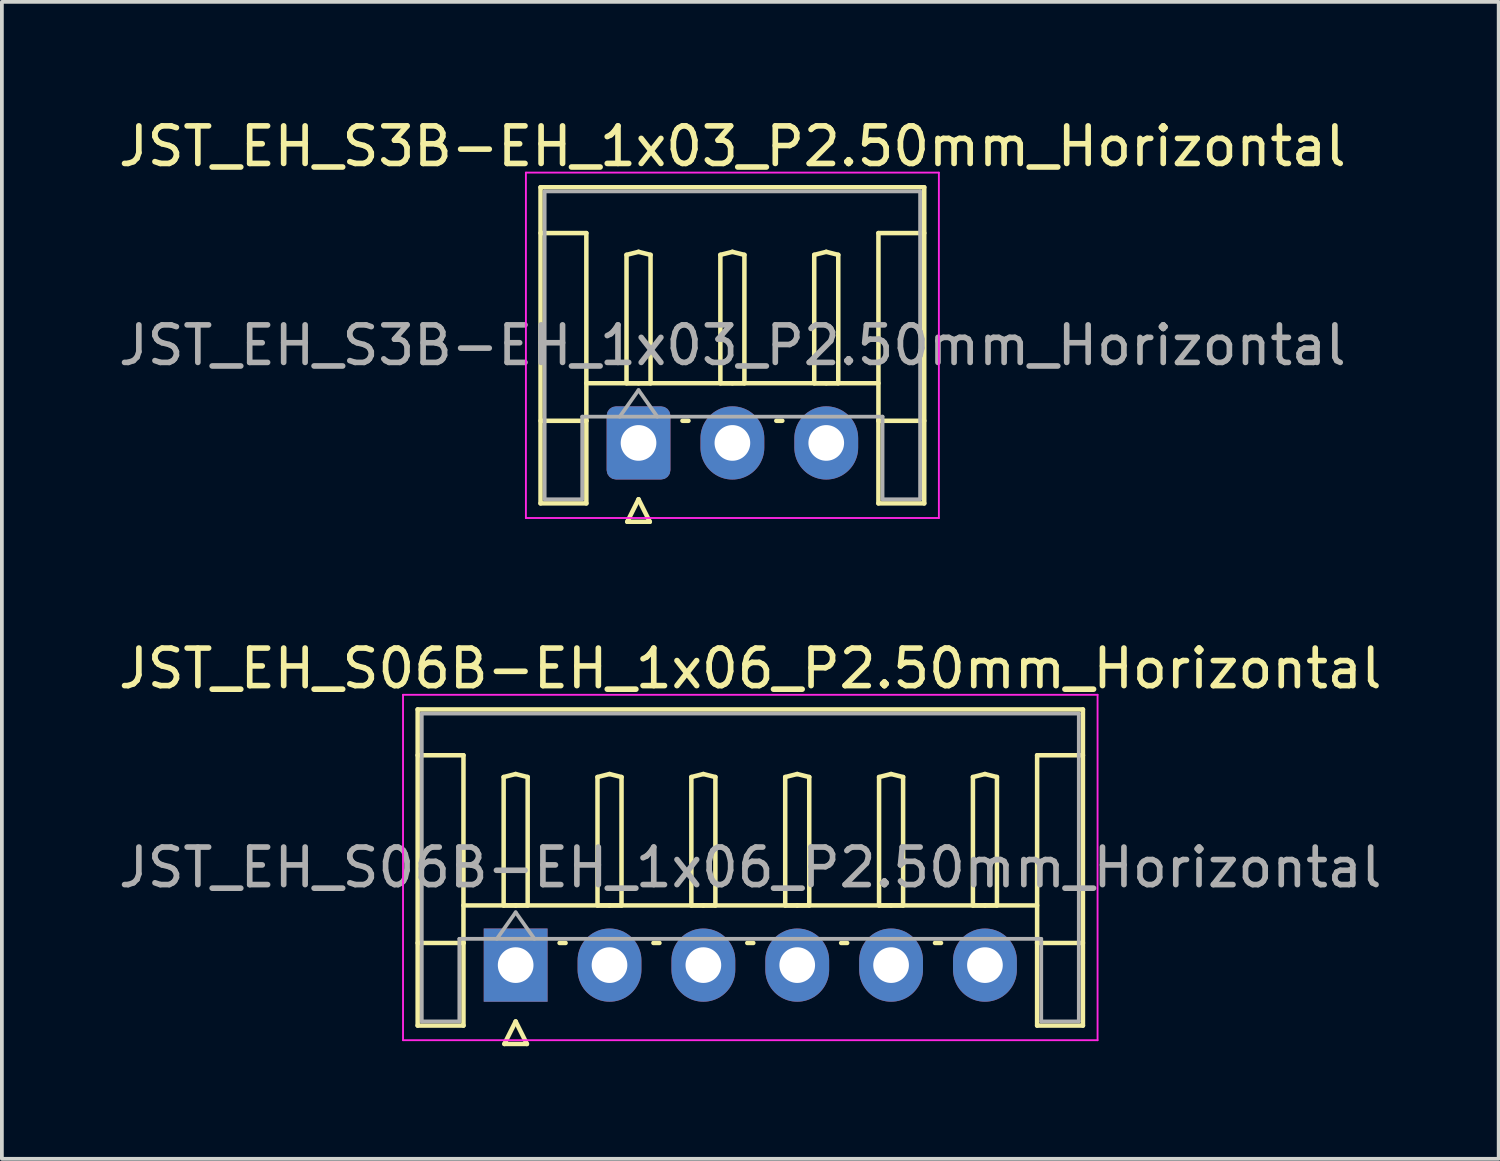
<source format=kicad_pcb>
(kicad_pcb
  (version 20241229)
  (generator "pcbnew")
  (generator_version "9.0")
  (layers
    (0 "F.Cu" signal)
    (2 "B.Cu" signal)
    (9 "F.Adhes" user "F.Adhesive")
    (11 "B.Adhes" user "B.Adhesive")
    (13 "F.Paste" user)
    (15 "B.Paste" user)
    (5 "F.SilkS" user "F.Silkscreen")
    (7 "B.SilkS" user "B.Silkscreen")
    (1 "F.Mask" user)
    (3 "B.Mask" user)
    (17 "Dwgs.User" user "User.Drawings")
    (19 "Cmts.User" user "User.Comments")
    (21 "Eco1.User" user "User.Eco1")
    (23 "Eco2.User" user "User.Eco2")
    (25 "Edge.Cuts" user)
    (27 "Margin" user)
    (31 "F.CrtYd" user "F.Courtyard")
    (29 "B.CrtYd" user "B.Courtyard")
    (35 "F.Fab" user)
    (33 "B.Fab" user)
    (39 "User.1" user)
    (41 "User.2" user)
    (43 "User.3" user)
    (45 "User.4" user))
  (footprint "JST_EH_S06B-EH_1x06_P2.50mm_Horizontal"
    (layer "F.Cu")
    (at 10.685 22.657)
    (property "Reference" "JST_EH_S06B-EH_1x06_P2.50mm_Horizontal" (at 6.25 -7.9 0) (layer "F.SilkS") (effects (font (size 1 1) (thickness 0.15))))
    (attr through_hole)
    (fp_line (start -2.61 -6.81) (end 15.11 -6.81) (stroke (width 0.12) (type solid)) (layer "F.SilkS"))
    (fp_line (start -2.61 -5.59) (end -1.39 -5.59) (stroke (width 0.12) (type solid)) (layer "F.SilkS"))
    (fp_line (start -2.61 1.61) (end -2.61 -6.81) (stroke (width 0.12) (type solid)) (layer "F.SilkS"))
    (fp_line (start -1.39 -5.59) (end -1.39 -0.59) (stroke (width 0.12) (type solid)) (layer "F.SilkS"))
    (fp_line (start -1.39 -1.59) (end 13.89 -1.59) (stroke (width 0.12) (type solid)) (layer "F.SilkS"))
    (fp_line (start -1.39 -0.59) (end -2.61 -0.59) (stroke (width 0.12) (type solid)) (layer "F.SilkS"))
    (fp_line (start -1.39 -0.59) (end -1.39 1.61) (stroke (width 0.12) (type solid)) (layer "F.SilkS"))
    (fp_line (start -1.39 1.61) (end -2.61 1.61) (stroke (width 0.12) (type solid)) (layer "F.SilkS"))
    (fp_line (start -0.32 -5.01) (end 0 -5.09) (stroke (width 0.12) (type solid)) (layer "F.SilkS"))
    (fp_line (start -0.32 -1.59) (end -0.32 -5.01) (stroke (width 0.12) (type solid)) (layer "F.SilkS"))
    (fp_line (start -0.3 2.1) (end 0.3 2.1) (stroke (width 0.12) (type solid)) (layer "F.SilkS"))
    (fp_line (start 0 -5.09) (end 0.32 -5.01) (stroke (width 0.12) (type solid)) (layer "F.SilkS"))
    (fp_line (start 0 -1.59) (end -0.32 -1.59) (stroke (width 0.12) (type solid)) (layer "F.SilkS"))
    (fp_line (start 0 1.5) (end -0.3 2.1) (stroke (width 0.12) (type solid)) (layer "F.SilkS"))
    (fp_line (start 0.3 2.1) (end 0 1.5) (stroke (width 0.12) (type solid)) (layer "F.SilkS"))
    (fp_line (start 0.32 -5.01) (end 0.32 -1.59) (stroke (width 0.12) (type solid)) (layer "F.SilkS"))
    (fp_line (start 0.32 -1.59) (end 0 -1.59) (stroke (width 0.12) (type solid)) (layer "F.SilkS"))
    (fp_line (start 1.17 -0.59) (end 1.33 -0.59) (stroke (width 0.12) (type solid)) (layer "F.SilkS"))
    (fp_line (start 2.18 -5.01) (end 2.5 -5.09) (stroke (width 0.12) (type solid)) (layer "F.SilkS"))
    (fp_line (start 2.18 -1.59) (end 2.18 -5.01) (stroke (width 0.12) (type solid)) (layer "F.SilkS"))
    (fp_line (start 2.5 -5.09) (end 2.82 -5.01) (stroke (width 0.12) (type solid)) (layer "F.SilkS"))
    (fp_line (start 2.5 -1.59) (end 2.18 -1.59) (stroke (width 0.12) (type solid)) (layer "F.SilkS"))
    (fp_line (start 2.82 -5.01) (end 2.82 -1.59) (stroke (width 0.12) (type solid)) (layer "F.SilkS"))
    (fp_line (start 2.82 -1.59) (end 2.5 -1.59) (stroke (width 0.12) (type solid)) (layer "F.SilkS"))
    (fp_line (start 3.67 -0.59) (end 3.83 -0.59) (stroke (width 0.12) (type solid)) (layer "F.SilkS"))
    (fp_line (start 4.68 -5.01) (end 5 -5.09) (stroke (width 0.12) (type solid)) (layer "F.SilkS"))
    (fp_line (start 4.68 -1.59) (end 4.68 -5.01) (stroke (width 0.12) (type solid)) (layer "F.SilkS"))
    (fp_line (start 5 -5.09) (end 5.32 -5.01) (stroke (width 0.12) (type solid)) (layer "F.SilkS"))
    (fp_line (start 5 -1.59) (end 4.68 -1.59) (stroke (width 0.12) (type solid)) (layer "F.SilkS"))
    (fp_line (start 5.32 -5.01) (end 5.32 -1.59) (stroke (width 0.12) (type solid)) (layer "F.SilkS"))
    (fp_line (start 5.32 -1.59) (end 5 -1.59) (stroke (width 0.12) (type solid)) (layer "F.SilkS"))
    (fp_line (start 6.17 -0.59) (end 6.33 -0.59) (stroke (width 0.12) (type solid)) (layer "F.SilkS"))
    (fp_line (start 7.18 -5.01) (end 7.5 -5.09) (stroke (width 0.12) (type solid)) (layer "F.SilkS"))
    (fp_line (start 7.18 -1.59) (end 7.18 -5.01) (stroke (width 0.12) (type solid)) (layer "F.SilkS"))
    (fp_line (start 7.5 -5.09) (end 7.82 -5.01) (stroke (width 0.12) (type solid)) (layer "F.SilkS"))
    (fp_line (start 7.5 -1.59) (end 7.18 -1.59) (stroke (width 0.12) (type solid)) (layer "F.SilkS"))
    (fp_line (start 7.82 -5.01) (end 7.82 -1.59) (stroke (width 0.12) (type solid)) (layer "F.SilkS"))
    (fp_line (start 7.82 -1.59) (end 7.5 -1.59) (stroke (width 0.12) (type solid)) (layer "F.SilkS"))
    (fp_line (start 8.67 -0.59) (end 8.83 -0.59) (stroke (width 0.12) (type solid)) (layer "F.SilkS"))
    (fp_line (start 9.68 -5.01) (end 10 -5.09) (stroke (width 0.12) (type solid)) (layer "F.SilkS"))
    (fp_line (start 9.68 -1.59) (end 9.68 -5.01) (stroke (width 0.12) (type solid)) (layer "F.SilkS"))
    (fp_line (start 10 -5.09) (end 10.32 -5.01) (stroke (width 0.12) (type solid)) (layer "F.SilkS"))
    (fp_line (start 10 -1.59) (end 9.68 -1.59) (stroke (width 0.12) (type solid)) (layer "F.SilkS"))
    (fp_line (start 10.32 -5.01) (end 10.32 -1.59) (stroke (width 0.12) (type solid)) (layer "F.SilkS"))
    (fp_line (start 10.32 -1.59) (end 10 -1.59) (stroke (width 0.12) (type solid)) (layer "F.SilkS"))
    (fp_line (start 11.17 -0.59) (end 11.33 -0.59) (stroke (width 0.12) (type solid)) (layer "F.SilkS"))
    (fp_line (start 12.18 -5.01) (end 12.5 -5.09) (stroke (width 0.12) (type solid)) (layer "F.SilkS"))
    (fp_line (start 12.18 -1.59) (end 12.18 -5.01) (stroke (width 0.12) (type solid)) (layer "F.SilkS"))
    (fp_line (start 12.5 -5.09) (end 12.82 -5.01) (stroke (width 0.12) (type solid)) (layer "F.SilkS"))
    (fp_line (start 12.5 -1.59) (end 12.18 -1.59) (stroke (width 0.12) (type solid)) (layer "F.SilkS"))
    (fp_line (start 12.82 -5.01) (end 12.82 -1.59) (stroke (width 0.12) (type solid)) (layer "F.SilkS"))
    (fp_line (start 12.82 -1.59) (end 12.5 -1.59) (stroke (width 0.12) (type solid)) (layer "F.SilkS"))
    (fp_line (start 13.89 -5.59) (end 13.89 -0.59) (stroke (width 0.12) (type solid)) (layer "F.SilkS"))
    (fp_line (start 13.89 -0.59) (end 15.11 -0.59) (stroke (width 0.12) (type solid)) (layer "F.SilkS"))
    (fp_line (start 13.89 1.61) (end 13.89 -0.59) (stroke (width 0.12) (type solid)) (layer "F.SilkS"))
    (fp_line (start 15.11 -6.81) (end 15.11 1.61) (stroke (width 0.12) (type solid)) (layer "F.SilkS"))
    (fp_line (start 15.11 -5.59) (end 13.89 -5.59) (stroke (width 0.12) (type solid)) (layer "F.SilkS"))
    (fp_line (start 15.11 1.61) (end 13.89 1.61) (stroke (width 0.12) (type solid)) (layer "F.SilkS"))
    (fp_line (start -3 -7.2) (end -3 2) (stroke (width 0.05) (type solid)) (layer "F.CrtYd"))
    (fp_line (start -3 2) (end 15.5 2) (stroke (width 0.05) (type solid)) (layer "F.CrtYd"))
    (fp_line (start 15.5 -7.2) (end -3 -7.2) (stroke (width 0.05) (type solid)) (layer "F.CrtYd"))
    (fp_line (start 15.5 2) (end 15.5 -7.2) (stroke (width 0.05) (type solid)) (layer "F.CrtYd"))
    (fp_line (start -2.5 -6.7) (end 15 -6.7) (stroke (width 0.1) (type solid)) (layer "F.Fab"))
    (fp_line (start -2.5 1.5) (end -2.5 -6.7) (stroke (width 0.1) (type solid)) (layer "F.Fab"))
    (fp_line (start -1.5 -0.7) (end -1.5 1.5) (stroke (width 0.1) (type solid)) (layer "F.Fab"))
    (fp_line (start -1.5 1.5) (end -2.5 1.5) (stroke (width 0.1) (type solid)) (layer "F.Fab"))
    (fp_line (start -0.5 -0.7) (end 0 -1.407) (stroke (width 0.1) (type solid)) (layer "F.Fab"))
    (fp_line (start 0 -1.407) (end 0.5 -0.7) (stroke (width 0.1) (type solid)) (layer "F.Fab"))
    (fp_line (start 14 -0.7) (end -1.5 -0.7) (stroke (width 0.1) (type solid)) (layer "F.Fab"))
    (fp_line (start 14 1.5) (end 14 -0.7) (stroke (width 0.1) (type solid)) (layer "F.Fab"))
    (fp_line (start 15 -6.7) (end 15 1.5) (stroke (width 0.1) (type solid)) (layer "F.Fab"))
    (fp_line (start 15 1.5) (end 14 1.5) (stroke (width 0.1) (type solid)) (layer "F.Fab"))
    (fp_text user "${REFERENCE}" (at 6.25 -2.6 0) (layer "F.Fab") (effects (font (size 1 1) (thickness 0.15))))
    (pad "1" thru_hole rect (at 0 0) (size 1.7 1.95) (drill 0.95) (layers "*.Cu" "*.Mask"))
    (pad "2" thru_hole oval (at 2.5 0) (size 1.7 1.95) (drill 0.95) (layers "*.Cu" "*.Mask"))
    (pad "3" thru_hole oval (at 5 0) (size 1.7 1.95) (drill 0.95) (layers "*.Cu" "*.Mask"))
    (pad "4" thru_hole oval (at 7.5 0) (size 1.7 1.95) (drill 0.95) (layers "*.Cu" "*.Mask"))
    (pad "5" thru_hole oval (at 10 0) (size 1.7 1.95) (drill 0.95) (layers "*.Cu" "*.Mask"))
    (pad "6" thru_hole oval (at 12.5 0) (size 1.7 1.95) (drill 0.95) (layers "*.Cu" "*.Mask")))
  (footprint "JST_EH_S3B-EH_1x03_P2.50mm_Horizontal"
    (layer "F.Cu")
    (at 13.958 8.748)
    (property "Reference" "JST_EH_S3B-EH_1x03_P2.50mm_Horizontal" (at 2.5 -7.9 0) (layer "F.SilkS") (effects (font (size 1 1) (thickness 0.15))))
    (attr through_hole)
    (fp_line (start -2.61 -6.81) (end 7.61 -6.81) (stroke (width 0.12) (type solid)) (layer "F.SilkS"))
    (fp_line (start -2.61 -5.59) (end -1.39 -5.59) (stroke (width 0.12) (type solid)) (layer "F.SilkS"))
    (fp_line (start -2.61 1.61) (end -2.61 -6.81) (stroke (width 0.12) (type solid)) (layer "F.SilkS"))
    (fp_line (start -1.39 -5.59) (end -1.39 -0.59) (stroke (width 0.12) (type solid)) (layer "F.SilkS"))
    (fp_line (start -1.39 -1.59) (end 6.39 -1.59) (stroke (width 0.12) (type solid)) (layer "F.SilkS"))
    (fp_line (start -1.39 -0.59) (end -2.61 -0.59) (stroke (width 0.12) (type solid)) (layer "F.SilkS"))
    (fp_line (start -1.39 -0.59) (end -1.39 1.61) (stroke (width 0.12) (type solid)) (layer "F.SilkS"))
    (fp_line (start -1.39 1.61) (end -2.61 1.61) (stroke (width 0.12) (type solid)) (layer "F.SilkS"))
    (fp_line (start -0.32 -5.01) (end 0 -5.09) (stroke (width 0.12) (type solid)) (layer "F.SilkS"))
    (fp_line (start -0.32 -1.59) (end -0.32 -5.01) (stroke (width 0.12) (type solid)) (layer "F.SilkS"))
    (fp_line (start -0.3 2.1) (end 0.3 2.1) (stroke (width 0.12) (type solid)) (layer "F.SilkS"))
    (fp_line (start 0 -5.09) (end 0.32 -5.01) (stroke (width 0.12) (type solid)) (layer "F.SilkS"))
    (fp_line (start 0 -1.59) (end -0.32 -1.59) (stroke (width 0.12) (type solid)) (layer "F.SilkS"))
    (fp_line (start 0 1.5) (end -0.3 2.1) (stroke (width 0.12) (type solid)) (layer "F.SilkS"))
    (fp_line (start 0.3 2.1) (end 0 1.5) (stroke (width 0.12) (type solid)) (layer "F.SilkS"))
    (fp_line (start 0.32 -5.01) (end 0.32 -1.59) (stroke (width 0.12) (type solid)) (layer "F.SilkS"))
    (fp_line (start 0.32 -1.59) (end 0 -1.59) (stroke (width 0.12) (type solid)) (layer "F.SilkS"))
    (fp_line (start 1.17 -0.59) (end 1.33 -0.59) (stroke (width 0.12) (type solid)) (layer "F.SilkS"))
    (fp_line (start 2.18 -5.01) (end 2.5 -5.09) (stroke (width 0.12) (type solid)) (layer "F.SilkS"))
    (fp_line (start 2.18 -1.59) (end 2.18 -5.01) (stroke (width 0.12) (type solid)) (layer "F.SilkS"))
    (fp_line (start 2.5 -5.09) (end 2.82 -5.01) (stroke (width 0.12) (type solid)) (layer "F.SilkS"))
    (fp_line (start 2.5 -1.59) (end 2.18 -1.59) (stroke (width 0.12) (type solid)) (layer "F.SilkS"))
    (fp_line (start 2.82 -5.01) (end 2.82 -1.59) (stroke (width 0.12) (type solid)) (layer "F.SilkS"))
    (fp_line (start 2.82 -1.59) (end 2.5 -1.59) (stroke (width 0.12) (type solid)) (layer "F.SilkS"))
    (fp_line (start 3.67 -0.59) (end 3.83 -0.59) (stroke (width 0.12) (type solid)) (layer "F.SilkS"))
    (fp_line (start 4.68 -5.01) (end 5 -5.09) (stroke (width 0.12) (type solid)) (layer "F.SilkS"))
    (fp_line (start 4.68 -1.59) (end 4.68 -5.01) (stroke (width 0.12) (type solid)) (layer "F.SilkS"))
    (fp_line (start 5 -5.09) (end 5.32 -5.01) (stroke (width 0.12) (type solid)) (layer "F.SilkS"))
    (fp_line (start 5 -1.59) (end 4.68 -1.59) (stroke (width 0.12) (type solid)) (layer "F.SilkS"))
    (fp_line (start 5.32 -5.01) (end 5.32 -1.59) (stroke (width 0.12) (type solid)) (layer "F.SilkS"))
    (fp_line (start 5.32 -1.59) (end 5 -1.59) (stroke (width 0.12) (type solid)) (layer "F.SilkS"))
    (fp_line (start 6.39 -5.59) (end 6.39 -0.59) (stroke (width 0.12) (type solid)) (layer "F.SilkS"))
    (fp_line (start 6.39 -0.59) (end 7.61 -0.59) (stroke (width 0.12) (type solid)) (layer "F.SilkS"))
    (fp_line (start 6.39 1.61) (end 6.39 -0.59) (stroke (width 0.12) (type solid)) (layer "F.SilkS"))
    (fp_line (start 7.61 -6.81) (end 7.61 1.61) (stroke (width 0.12) (type solid)) (layer "F.SilkS"))
    (fp_line (start 7.61 -5.59) (end 6.39 -5.59) (stroke (width 0.12) (type solid)) (layer "F.SilkS"))
    (fp_line (start 7.61 1.61) (end 6.39 1.61) (stroke (width 0.12) (type solid)) (layer "F.SilkS"))
    (fp_line (start -3 -7.2) (end -3 2) (stroke (width 0.05) (type solid)) (layer "F.CrtYd"))
    (fp_line (start -3 2) (end 8 2) (stroke (width 0.05) (type solid)) (layer "F.CrtYd"))
    (fp_line (start 8 -7.2) (end -3 -7.2) (stroke (width 0.05) (type solid)) (layer "F.CrtYd"))
    (fp_line (start 8 2) (end 8 -7.2) (stroke (width 0.05) (type solid)) (layer "F.CrtYd"))
    (fp_line (start -2.5 -6.7) (end 7.5 -6.7) (stroke (width 0.1) (type solid)) (layer "F.Fab"))
    (fp_line (start -2.5 1.5) (end -2.5 -6.7) (stroke (width 0.1) (type solid)) (layer "F.Fab"))
    (fp_line (start -1.5 -0.7) (end -1.5 1.5) (stroke (width 0.1) (type solid)) (layer "F.Fab"))
    (fp_line (start -1.5 1.5) (end -2.5 1.5) (stroke (width 0.1) (type solid)) (layer "F.Fab"))
    (fp_line (start -0.5 -0.7) (end 0 -1.407) (stroke (width 0.1) (type solid)) (layer "F.Fab"))
    (fp_line (start 0 -1.407) (end 0.5 -0.7) (stroke (width 0.1) (type solid)) (layer "F.Fab"))
    (fp_line (start 6.5 -0.7) (end -1.5 -0.7) (stroke (width 0.1) (type solid)) (layer "F.Fab"))
    (fp_line (start 6.5 1.5) (end 6.5 -0.7) (stroke (width 0.1) (type solid)) (layer "F.Fab"))
    (fp_line (start 7.5 -6.7) (end 7.5 1.5) (stroke (width 0.1) (type solid)) (layer "F.Fab"))
    (fp_line (start 7.5 1.5) (end 6.5 1.5) (stroke (width 0.1) (type solid)) (layer "F.Fab"))
    (fp_text user "${REFERENCE}" (at 2.5 -2.6 0) (layer "F.Fab") (effects (font (size 1 1) (thickness 0.15))))
    (pad "1" thru_hole roundrect (at 0 0) (size 1.7 1.95) (drill 0.95) (layers "*.Cu" "*.Mask") (roundrect_rratio 0.147))
    (pad "2" thru_hole oval (at 2.5 0) (size 1.7 1.95) (drill 0.95) (layers "*.Cu" "*.Mask"))
    (pad "3" thru_hole oval (at 5 0) (size 1.7 1.95) (drill 0.95) (layers "*.Cu" "*.Mask")))
  (gr_rect
    (start -3 -3)
    (end 36.869 27.817)
    (stroke (width 0.1) (type default))
    (fill no)
    (layer "Edge.Cuts")))
</source>
